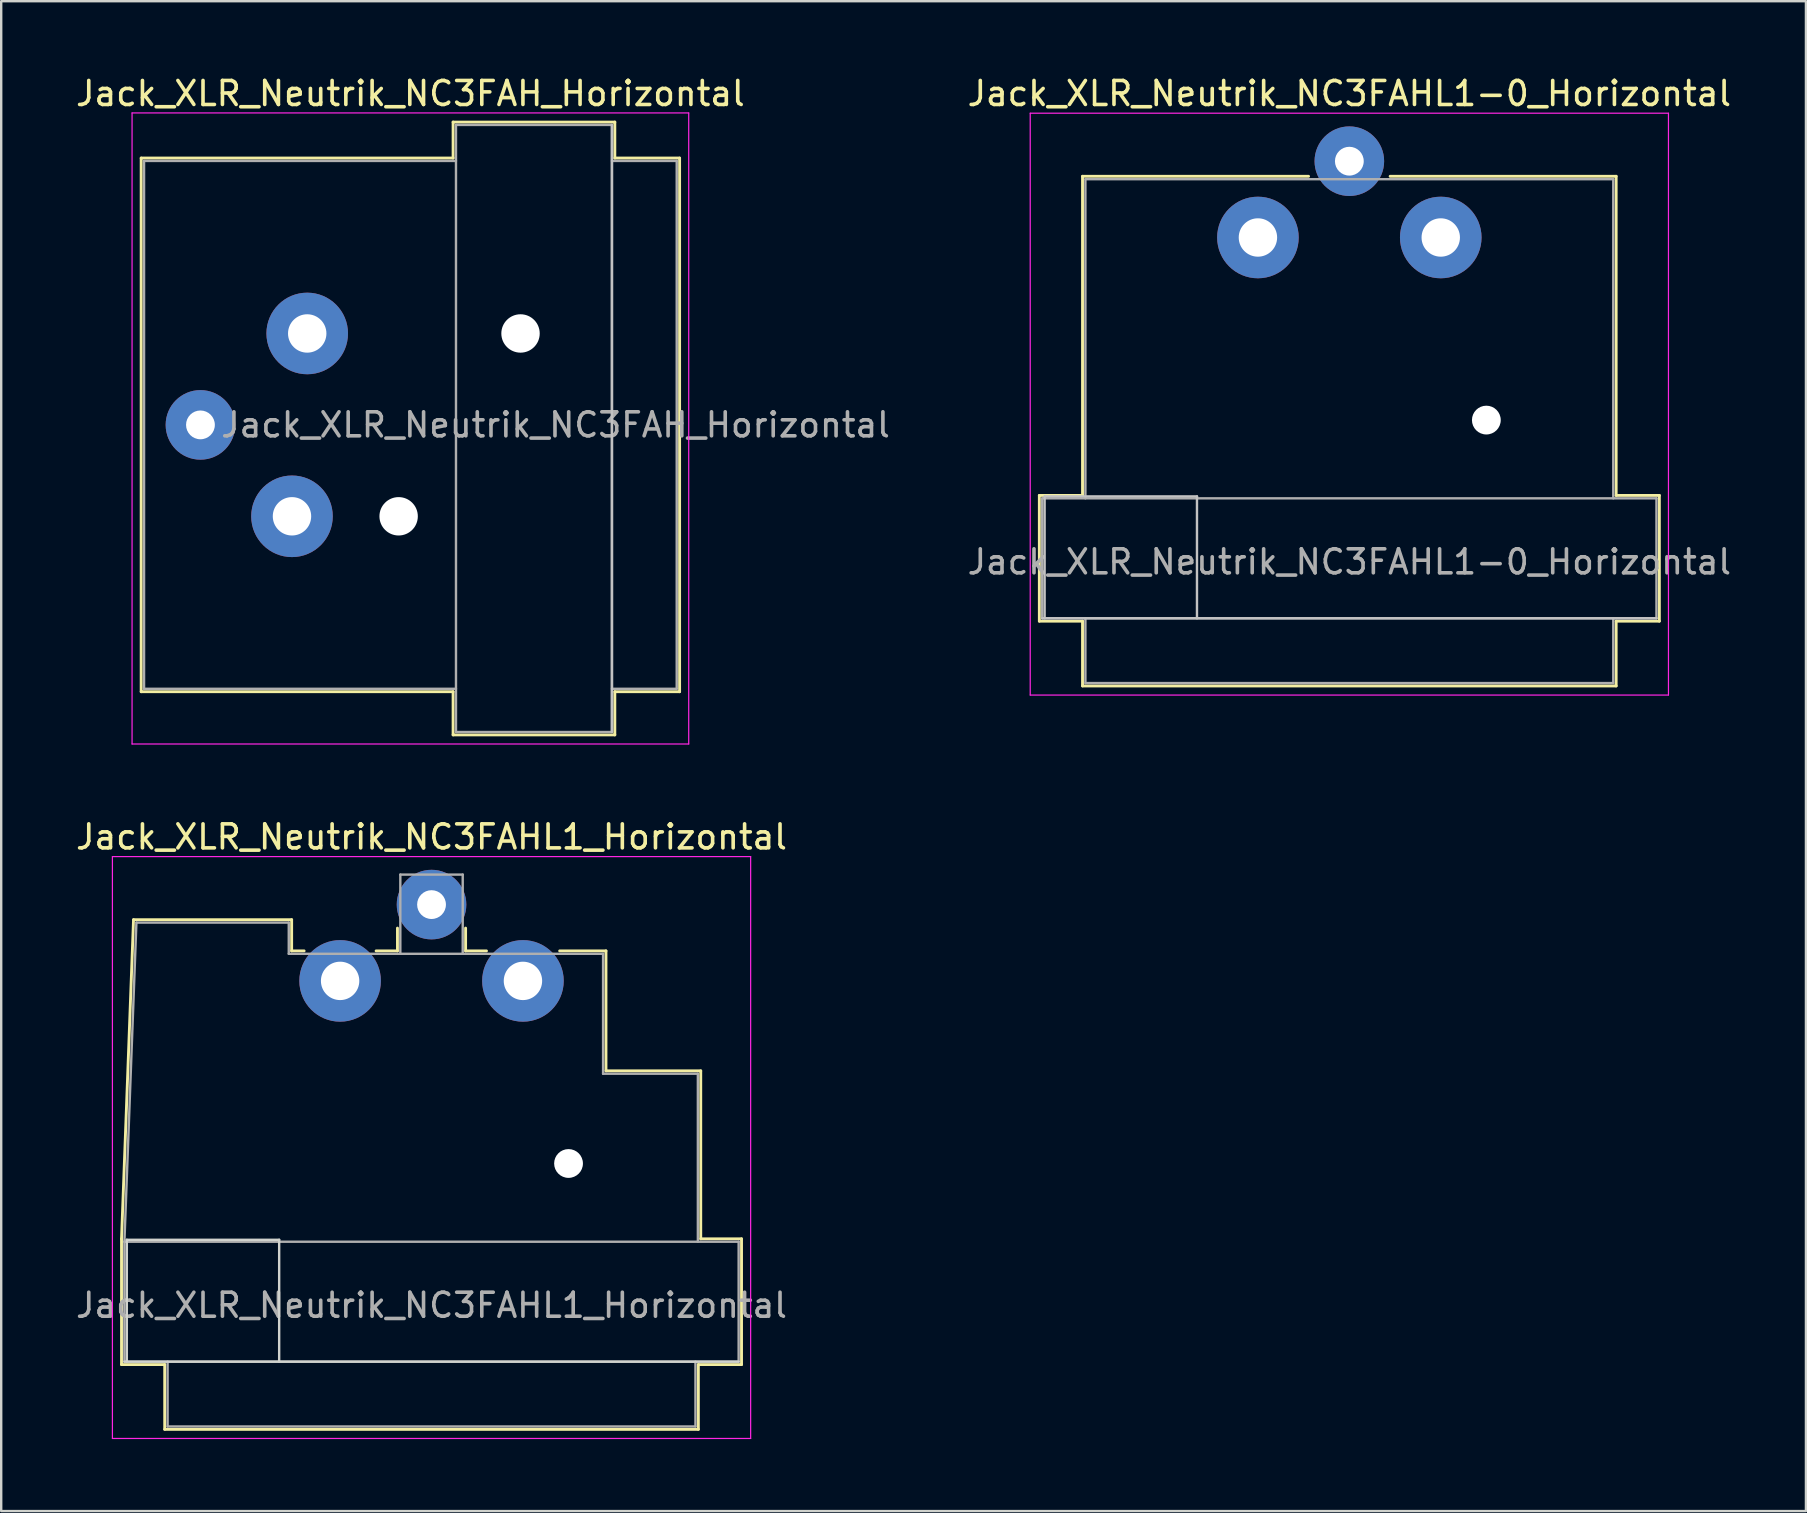
<source format=kicad_pcb>
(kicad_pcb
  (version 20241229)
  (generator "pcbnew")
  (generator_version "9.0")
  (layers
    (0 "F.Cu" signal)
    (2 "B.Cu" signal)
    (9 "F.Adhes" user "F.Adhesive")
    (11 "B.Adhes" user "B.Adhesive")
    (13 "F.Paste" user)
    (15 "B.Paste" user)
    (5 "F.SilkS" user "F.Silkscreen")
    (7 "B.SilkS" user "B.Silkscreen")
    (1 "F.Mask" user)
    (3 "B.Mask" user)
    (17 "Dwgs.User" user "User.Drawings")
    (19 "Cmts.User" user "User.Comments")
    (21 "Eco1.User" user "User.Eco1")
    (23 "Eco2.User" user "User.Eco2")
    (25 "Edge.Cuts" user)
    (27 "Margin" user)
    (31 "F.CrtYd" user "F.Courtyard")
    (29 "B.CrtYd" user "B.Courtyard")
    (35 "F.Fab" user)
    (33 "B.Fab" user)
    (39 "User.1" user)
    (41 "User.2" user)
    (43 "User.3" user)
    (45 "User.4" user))
  (footprint "Jack_XLR_Neutrik_NC3FAHL1-0_Horizontal"
    (layer "F.Cu")
    (at 49.377 6.848)
    (property "Reference" "Jack_XLR_Neutrik_NC3FAHL1-0_Horizontal" (at 3.81 -6 0) (layer "F.SilkS") (effects (font (size 1 1) (thickness 0.15))))
    (attr through_hole)
    (fp_line (start -9.11 10.75) (end -7.31 10.75) (stroke (width 0.12) (type solid)) (layer "F.SilkS"))
    (fp_line (start -9.11 15.99) (end -9.11 10.75) (stroke (width 0.12) (type solid)) (layer "F.SilkS"))
    (fp_line (start -7.31 10.75) (end -7.31 -2.55) (stroke (width 0.12) (type solid)) (layer "F.SilkS"))
    (fp_line (start -7.31 15.99) (end -9.11 15.99) (stroke (width 0.12) (type solid)) (layer "F.SilkS"))
    (fp_line (start -7.31 15.99) (end -7.31 18.69) (stroke (width 0.12) (type solid)) (layer "F.SilkS"))
    (fp_line (start 2.11 -2.55) (end -7.31 -2.55) (stroke (width 0.12) (type solid)) (layer "F.SilkS"))
    (fp_line (start 14.93 -2.55) (end 5.51 -2.55) (stroke (width 0.12) (type solid)) (layer "F.SilkS"))
    (fp_line (start 14.93 10.75) (end 14.93 -2.55) (stroke (width 0.12) (type solid)) (layer "F.SilkS"))
    (fp_line (start 14.93 10.75) (end 16.73 10.75) (stroke (width 0.12) (type solid)) (layer "F.SilkS"))
    (fp_line (start 14.93 15.99) (end 14.93 18.69) (stroke (width 0.12) (type solid)) (layer "F.SilkS"))
    (fp_line (start 14.93 18.69) (end -7.31 18.69) (stroke (width 0.12) (type solid)) (layer "F.SilkS"))
    (fp_line (start 16.73 15.99) (end 14.93 15.99) (stroke (width 0.12) (type solid)) (layer "F.SilkS"))
    (fp_line (start 16.73 15.99) (end 16.73 10.75) (stroke (width 0.12) (type solid)) (layer "F.SilkS"))
    (fp_line (start -8.89 10.79) (end -8.89 15.87) (stroke (width 0.1) (type solid)) (layer "Dwgs.User"))
    (fp_line (start -2.54 10.79) (end -8.89 10.79) (stroke (width 0.1) (type solid)) (layer "Dwgs.User"))
    (fp_line (start -2.54 15.87) (end -2.54 10.79) (stroke (width 0.1) (type solid)) (layer "Dwgs.User"))
    (fp_line (start 16.61 15.87) (end -8.99 15.87) (stroke (width 0.1) (type solid)) (layer "Dwgs.User"))
    (fp_line (start -9.49 19.07) (end -9.49 -5.18) (stroke (width 0.05) (type solid)) (layer "F.CrtYd"))
    (fp_line (start 17.11 -5.18) (end -9.49 -5.18) (stroke (width 0.05) (type solid)) (layer "F.CrtYd"))
    (fp_line (start 17.11 19.07) (end -9.49 19.07) (stroke (width 0.05) (type solid)) (layer "F.CrtYd"))
    (fp_line (start 17.11 19.07) (end 17.11 -5.18) (stroke (width 0.05) (type solid)) (layer "F.CrtYd"))
    (fp_line (start -8.99 10.87) (end 16.61 10.87) (stroke (width 0.1) (type solid)) (layer "F.Fab"))
    (fp_line (start -8.99 15.87) (end -8.99 10.87) (stroke (width 0.1) (type solid)) (layer "F.Fab"))
    (fp_line (start -7.19 -2.43) (end -7.19 10.87) (stroke (width 0.1) (type solid)) (layer "F.Fab"))
    (fp_line (start -7.19 18.57) (end -7.19 15.87) (stroke (width 0.1) (type solid)) (layer "F.Fab"))
    (fp_line (start 14.81 -2.43) (end -7.19 -2.43) (stroke (width 0.1) (type solid)) (layer "F.Fab"))
    (fp_line (start 14.81 10.87) (end 14.81 -2.43) (stroke (width 0.1) (type solid)) (layer "F.Fab"))
    (fp_line (start 14.81 15.87) (end 14.81 18.57) (stroke (width 0.1) (type solid)) (layer "F.Fab"))
    (fp_line (start 14.81 18.57) (end -7.19 18.57) (stroke (width 0.1) (type solid)) (layer "F.Fab"))
    (fp_line (start 16.61 10.87) (end 16.61 15.87) (stroke (width 0.1) (type solid)) (layer "F.Fab"))
    (fp_line (start 16.61 15.87) (end -8.99 15.87) (stroke (width 0.1) (type solid)) (layer "F.Fab"))
    (fp_text user "${REFERENCE}" (at 3.81 13.52 0) (layer "F.Fab") (effects (font (size 1 1) (thickness 0.15))))
    (pad "" np_thru_hole circle (at 9.52 7.61) (size 1.2 1.2) (drill 1.2) (layers "*.Cu" "*.Mask"))
    (pad "1" thru_hole circle (at 0 0) (size 3.4 3.4) (drill 1.6) (layers "*.Cu" "*.Mask"))
    (pad "2" thru_hole circle (at 3.81 -3.18) (size 2.9 2.9) (drill 1.2) (layers "*.Cu" "*.Mask"))
    (pad "3" thru_hole circle (at 7.62 0) (size 3.4 3.4) (drill 1.6) (layers "*.Cu" "*.Mask")))
  (footprint "Jack_XLR_Neutrik_NC3FAHL1_Horizontal"
    (layer "F.Cu")
    (at 11.125 37.831)
    (property "Reference" "Jack_XLR_Neutrik_NC3FAHL1_Horizontal" (at 3.81 -6 0) (layer "F.SilkS") (effects (font (size 1 1) (thickness 0.15))))
    (attr through_hole)
    (fp_line (start -9.11 10.75) (end -8.61 -2.55) (stroke (width 0.12) (type solid)) (layer "F.SilkS"))
    (fp_line (start -9.11 15.99) (end -9.11 10.75) (stroke (width 0.12) (type solid)) (layer "F.SilkS"))
    (fp_line (start -8.61 -2.55) (end -2.02 -2.55) (stroke (width 0.12) (type solid)) (layer "F.SilkS"))
    (fp_line (start -7.31 15.99) (end -9.11 15.99) (stroke (width 0.12) (type solid)) (layer "F.SilkS"))
    (fp_line (start -7.31 15.99) (end -7.31 18.69) (stroke (width 0.12) (type solid)) (layer "F.SilkS"))
    (fp_line (start -2.02 -2.55) (end -2.02 -1.25) (stroke (width 0.12) (type solid)) (layer "F.SilkS"))
    (fp_line (start -2.02 -1.25) (end -1.5 -1.25) (stroke (width 0.12) (type solid)) (layer "F.SilkS"))
    (fp_line (start 1.5 -1.25) (end 2.39 -1.25) (stroke (width 0.12) (type solid)) (layer "F.SilkS"))
    (fp_line (start 2.39 -1.25) (end 2.39 -2.2) (stroke (width 0.12) (type solid)) (layer "F.SilkS"))
    (fp_line (start 5.23 -1.25) (end 5.23 -2.2) (stroke (width 0.12) (type solid)) (layer "F.SilkS"))
    (fp_line (start 5.23 -1.25) (end 6.1 -1.25) (stroke (width 0.12) (type solid)) (layer "F.SilkS"))
    (fp_line (start 9.15 -1.25) (end 11.08 -1.25) (stroke (width 0.12) (type solid)) (layer "F.SilkS"))
    (fp_line (start 11.08 3.75) (end 11.08 -1.25) (stroke (width 0.12) (type solid)) (layer "F.SilkS"))
    (fp_line (start 11.08 3.75) (end 15.03 3.75) (stroke (width 0.12) (type solid)) (layer "F.SilkS"))
    (fp_line (start 14.93 15.99) (end 14.93 18.69) (stroke (width 0.12) (type solid)) (layer "F.SilkS"))
    (fp_line (start 14.93 18.69) (end -7.31 18.69) (stroke (width 0.12) (type solid)) (layer "F.SilkS"))
    (fp_line (start 15.03 10.75) (end 15.03 3.75) (stroke (width 0.12) (type solid)) (layer "F.SilkS"))
    (fp_line (start 15.03 10.75) (end 16.73 10.75) (stroke (width 0.12) (type solid)) (layer "F.SilkS"))
    (fp_line (start 16.73 15.99) (end 14.93 15.99) (stroke (width 0.12) (type solid)) (layer "F.SilkS"))
    (fp_line (start 16.73 15.99) (end 16.73 10.75) (stroke (width 0.12) (type solid)) (layer "F.SilkS"))
    (fp_line (start -8.89 10.79) (end -8.89 15.87) (stroke (width 0.1) (type solid)) (layer "Edge.Cuts"))
    (fp_line (start -2.54 10.79) (end -8.89 10.79) (stroke (width 0.1) (type solid)) (layer "Edge.Cuts"))
    (fp_line (start -2.54 15.87) (end -2.54 10.79) (stroke (width 0.1) (type solid)) (layer "Edge.Cuts"))
    (fp_line (start 16.61 15.87) (end -8.99 15.87) (stroke (width 0.1) (type solid)) (layer "Edge.Cuts"))
    (fp_line (start -9.49 19.07) (end -9.49 -5.18) (stroke (width 0.05) (type solid)) (layer "F.CrtYd"))
    (fp_line (start 17.11 -5.18) (end -9.49 -5.18) (stroke (width 0.05) (type solid)) (layer "F.CrtYd"))
    (fp_line (start 17.11 19.07) (end -9.49 19.07) (stroke (width 0.05) (type solid)) (layer "F.CrtYd"))
    (fp_line (start 17.11 19.07) (end 17.11 -5.18) (stroke (width 0.05) (type solid)) (layer "F.CrtYd"))
    (fp_line (start -8.99 10.87) (end 16.61 10.87) (stroke (width 0.1) (type solid)) (layer "F.Fab"))
    (fp_line (start -8.99 15.87) (end -8.99 10.87) (stroke (width 0.1) (type solid)) (layer "F.Fab"))
    (fp_line (start -8.49 -2.43) (end -8.99 10.87) (stroke (width 0.1) (type solid)) (layer "F.Fab"))
    (fp_line (start -8.49 -2.43) (end -2.14 -2.43) (stroke (width 0.1) (type solid)) (layer "F.Fab"))
    (fp_line (start -7.19 18.57) (end -7.19 15.87) (stroke (width 0.1) (type solid)) (layer "F.Fab"))
    (fp_line (start -2.14 -1.13) (end -2.14 -2.43) (stroke (width 0.1) (type solid)) (layer "F.Fab"))
    (fp_line (start -2.14 -1.13) (end 10.96 -1.13) (stroke (width 0.1) (type solid)) (layer "F.Fab"))
    (fp_line (start 2.51 -4.43) (end 2.51 -1.13) (stroke (width 0.1) (type solid)) (layer "F.Fab"))
    (fp_line (start 2.51 -4.43) (end 5.11 -4.43) (stroke (width 0.1) (type solid)) (layer "F.Fab"))
    (fp_line (start 5.11 -4.43) (end 5.11 -1.13) (stroke (width 0.1) (type solid)) (layer "F.Fab"))
    (fp_line (start 10.96 -1.13) (end 10.96 3.87) (stroke (width 0.1) (type solid)) (layer "F.Fab"))
    (fp_line (start 10.96 3.87) (end 14.91 3.87) (stroke (width 0.1) (type solid)) (layer "F.Fab"))
    (fp_line (start 14.81 15.87) (end 14.81 18.57) (stroke (width 0.1) (type solid)) (layer "F.Fab"))
    (fp_line (start 14.81 18.57) (end -7.19 18.57) (stroke (width 0.1) (type solid)) (layer "F.Fab"))
    (fp_line (start 14.91 3.87) (end 14.91 10.87) (stroke (width 0.1) (type solid)) (layer "F.Fab"))
    (fp_line (start 16.61 10.87) (end 16.61 15.87) (stroke (width 0.1) (type solid)) (layer "F.Fab"))
    (fp_line (start 16.61 15.87) (end -8.99 15.87) (stroke (width 0.1) (type solid)) (layer "F.Fab"))
    (fp_text user "${REFERENCE}" (at 3.81 13.52 0) (layer "F.Fab") (effects (font (size 1 1) (thickness 0.15))))
    (pad "" np_thru_hole circle (at 9.52 7.61) (size 1.2 1.2) (drill 1.2) (layers "*.Cu" "*.Mask"))
    (pad "1" thru_hole circle (at 0 0) (size 3.4 3.4) (drill 1.6) (layers "*.Cu" "*.Mask"))
    (pad "2" thru_hole circle (at 3.81 -3.18) (size 2.9 2.9) (drill 1.2) (layers "*.Cu" "*.Mask"))
    (pad "3" thru_hole circle (at 7.62 0) (size 3.4 3.4) (drill 1.6) (layers "*.Cu" "*.Mask")))
  (footprint "Jack_XLR_Neutrik_NC3FAH_Horizontal"
    (layer "F.Cu")
    (at 9.754 10.848)
    (property "Reference" "Jack_XLR_Neutrik_NC3FAH_Horizontal" (at 4.3 -10 0) (layer "F.SilkS") (effects (font (size 1 1) (thickness 0.15))))
    (attr through_hole)
    (fp_line (start -6.92 -7.31) (end -6.92 14.93) (stroke (width 0.12) (type solid)) (layer "F.SilkS"))
    (fp_line (start 6.08 -7.31) (end -6.92 -7.31) (stroke (width 0.12) (type solid)) (layer "F.SilkS"))
    (fp_line (start 6.08 -7.31) (end 6.08 -8.81) (stroke (width 0.12) (type solid)) (layer "F.SilkS"))
    (fp_line (start 6.08 14.93) (end -6.92 14.93) (stroke (width 0.12) (type solid)) (layer "F.SilkS"))
    (fp_line (start 6.08 16.73) (end 6.08 14.93) (stroke (width 0.12) (type solid)) (layer "F.SilkS"))
    (fp_line (start 12.82 -8.81) (end 6.08 -8.81) (stroke (width 0.12) (type solid)) (layer "F.SilkS"))
    (fp_line (start 12.82 -8.81) (end 12.82 -7.31) (stroke (width 0.12) (type solid)) (layer "F.SilkS"))
    (fp_line (start 12.82 -7.31) (end 15.52 -7.31) (stroke (width 0.12) (type solid)) (layer "F.SilkS"))
    (fp_line (start 12.82 14.93) (end 12.82 16.73) (stroke (width 0.12) (type solid)) (layer "F.SilkS"))
    (fp_line (start 12.82 14.93) (end 15.52 14.93) (stroke (width 0.12) (type solid)) (layer "F.SilkS"))
    (fp_line (start 12.82 16.73) (end 6.08 16.73) (stroke (width 0.12) (type solid)) (layer "F.SilkS"))
    (fp_line (start 15.52 -7.31) (end 15.52 14.93) (stroke (width 0.12) (type solid)) (layer "F.SilkS"))
    (fp_line (start 12.7 -8.69) (end 12.7 16.61) (stroke (width 0.1) (type solid)) (layer "Dwgs.User"))
    (fp_line (start -7.3 -9.19) (end -7.3 17.11) (stroke (width 0.05) (type solid)) (layer "F.CrtYd"))
    (fp_line (start 15.9 -9.19) (end -7.3 -9.19) (stroke (width 0.05) (type solid)) (layer "F.CrtYd"))
    (fp_line (start 15.9 -9.19) (end 15.9 17.11) (stroke (width 0.05) (type solid)) (layer "F.CrtYd"))
    (fp_line (start 15.9 17.11) (end -7.3 17.11) (stroke (width 0.05) (type solid)) (layer "F.CrtYd"))
    (fp_line (start -6.8 -7.19) (end -6.8 14.81) (stroke (width 0.1) (type solid)) (layer "F.Fab"))
    (fp_line (start -6.8 14.81) (end 6.2 14.81) (stroke (width 0.1) (type solid)) (layer "F.Fab"))
    (fp_line (start 6.2 -8.69) (end 12.7 -8.69) (stroke (width 0.1) (type solid)) (layer "F.Fab"))
    (fp_line (start 6.2 -7.19) (end -6.8 -7.19) (stroke (width 0.1) (type solid)) (layer "F.Fab"))
    (fp_line (start 6.2 16.61) (end 6.2 -8.69) (stroke (width 0.1) (type solid)) (layer "F.Fab"))
    (fp_line (start 12.7 -8.69) (end 12.7 16.61) (stroke (width 0.1) (type solid)) (layer "F.Fab"))
    (fp_line (start 12.7 -7.19) (end 15.4 -7.19) (stroke (width 0.1) (type solid)) (layer "F.Fab"))
    (fp_line (start 12.7 16.61) (end 6.2 16.61) (stroke (width 0.1) (type solid)) (layer "F.Fab"))
    (fp_line (start 15.4 -7.19) (end 15.4 14.81) (stroke (width 0.1) (type solid)) (layer "F.Fab"))
    (fp_line (start 15.4 14.81) (end 12.7 14.81) (stroke (width 0.1) (type solid)) (layer "F.Fab"))
    (fp_text user "${REFERENCE}" (at 10.35 3.81 0) (layer "F.Fab") (effects (font (size 1 1) (thickness 0.15))))
    (pad "" np_thru_hole circle (at 3.81 7.62) (size 1.6 1.6) (drill 1.6) (layers "*.Cu" "*.Mask"))
    (pad "" np_thru_hole circle (at 8.89 0) (size 1.6 1.6) (drill 1.6) (layers "*.Cu" "*.Mask"))
    (pad "1" thru_hole circle (at 0 0) (size 3.4 3.4) (drill 1.6) (layers "*.Cu" "*.Mask"))
    (pad "2" thru_hole circle (at -0.635 7.62) (size 3.4 3.4) (drill 1.6) (layers "*.Cu" "*.Mask"))
    (pad "3" thru_hole circle (at -4.45 3.81) (size 2.9 2.9) (drill 1.2) (layers "*.Cu" "*.Mask")))
  (gr_rect
    (start -3 -3)
    (end 72.217 59.926)
    (stroke (width 0.1) (type default))
    (fill no)
    (layer "Edge.Cuts")))
</source>
